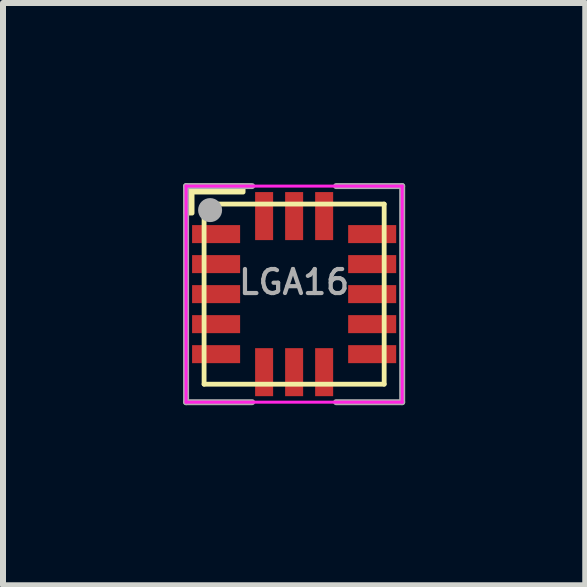
<source format=kicad_pcb>
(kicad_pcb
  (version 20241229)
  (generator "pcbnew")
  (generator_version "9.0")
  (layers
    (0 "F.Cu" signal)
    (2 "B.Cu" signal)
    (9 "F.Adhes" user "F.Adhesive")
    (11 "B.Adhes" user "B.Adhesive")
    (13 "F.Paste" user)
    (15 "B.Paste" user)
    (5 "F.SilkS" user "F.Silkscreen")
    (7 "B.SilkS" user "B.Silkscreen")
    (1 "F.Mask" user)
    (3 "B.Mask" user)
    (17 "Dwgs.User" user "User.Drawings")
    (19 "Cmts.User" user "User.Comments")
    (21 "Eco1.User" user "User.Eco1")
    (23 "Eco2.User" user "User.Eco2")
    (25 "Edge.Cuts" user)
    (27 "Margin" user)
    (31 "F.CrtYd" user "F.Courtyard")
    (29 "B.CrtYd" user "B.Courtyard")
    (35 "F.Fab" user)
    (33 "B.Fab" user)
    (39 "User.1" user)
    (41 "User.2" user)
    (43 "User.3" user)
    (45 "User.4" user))
  (footprint "LGA16"
    (layer "F.Cu")
    (at 1.85 1.85)
    (property "Reference" "LGA16" (at 0 -0.2 0) (layer "F.Fab") (effects (font (size 0.4 0.4) (thickness 0.07))))
    (attr smd)
    (fp_line (start -1.5 -1.5) (end 1.5 -1.5) (stroke (width 0.08) (type solid)) (layer "F.SilkS"))
    (fp_line (start -1.5 1.5) (end -1.5 -1.5) (stroke (width 0.08) (type solid)) (layer "F.SilkS"))
    (fp_line (start 1.5 -1.5) (end 1.5 1.5) (stroke (width 0.08) (type solid)) (layer "F.SilkS"))
    (fp_line (start 1.5 1.5) (end -1.5 1.5) (stroke (width 0.08) (type solid)) (layer "F.SilkS"))
    (fp_poly (pts (xy -0.85 -1.7) (xy -1.7 -1.7) (xy -1.7 -1.35) (xy -1.8 -1.35) (xy -1.8 -1.8) (xy -0.85 -1.8)) (stroke (width 0.08) (type solid)) (fill yes) (layer "F.SilkS"))
    (fp_line (start -1.8 -1.8) (end -1.8 1.8) (stroke (width 0.05) (type solid)) (layer "F.CrtYd"))
    (fp_line (start 1.8 -1.8) (end -1.8 -1.8) (stroke (width 0.05) (type solid)) (layer "F.CrtYd"))
    (fp_line (start 1.8 -1.8) (end 1.8 1.8) (stroke (width 0.05) (type solid)) (layer "F.CrtYd"))
    (fp_line (start 1.8 1.8) (end -1.8 1.8) (stroke (width 0.05) (type solid)) (layer "F.CrtYd"))
    (fp_line (start -1.8 -1.8) (end -1.8 1.8) (stroke (width 0.1) (type solid)) (layer "F.Fab"))
    (fp_line (start -0.7 -1.8) (end -1.8 -1.8) (stroke (width 0.1) (type solid)) (layer "F.Fab"))
    (fp_line (start -0.7 1.8) (end -1.8 1.8) (stroke (width 0.1) (type solid)) (layer "F.Fab"))
    (fp_line (start 1.8 -1.8) (end 0.7 -1.8) (stroke (width 0.1) (type solid)) (layer "F.Fab"))
    (fp_line (start 1.8 -1.8) (end 1.8 1.8) (stroke (width 0.1) (type solid)) (layer "F.Fab"))
    (fp_line (start 1.8 1.8) (end 0.7 1.8) (stroke (width 0.1) (type solid)) (layer "F.Fab"))
    (fp_circle (center -1.4 -1.4) (end -1.3 -1.4) (stroke (width 0.2) (type solid)) (fill no) (layer "F.Fab"))
    (pad "1" smd rect (at -1.3 -1 180) (size 0.8 0.3) (layers "F.Cu" "F.Mask" "F.Paste"))
    (pad "2" smd rect (at -1.3 -0.5 180) (size 0.8 0.3) (layers "F.Cu" "F.Mask" "F.Paste"))
    (pad "3" smd rect (at -1.3 0 180) (size 0.8 0.3) (layers "F.Cu" "F.Mask" "F.Paste"))
    (pad "4" smd rect (at -1.3 0.5 180) (size 0.8 0.3) (layers "F.Cu" "F.Mask" "F.Paste"))
    (pad "5" smd rect (at -1.3 1 180) (size 0.8 0.3) (layers "F.Cu" "F.Mask" "F.Paste"))
    (pad "6" smd rect (at -0.5 1.3 270) (size 0.8 0.3) (layers "F.Cu" "F.Mask" "F.Paste"))
    (pad "7" smd rect (at 0 1.3 270) (size 0.8 0.3) (layers "F.Cu" "F.Mask" "F.Paste"))
    (pad "8" smd rect (at 0.5 1.3 270) (size 0.8 0.3) (layers "F.Cu" "F.Mask" "F.Paste"))
    (pad "9" smd rect (at 1.3 1 180) (size 0.8 0.3) (layers "F.Cu" "F.Mask" "F.Paste"))
    (pad "10" smd rect (at 1.3 0.5 180) (size 0.8 0.3) (layers "F.Cu" "F.Mask" "F.Paste"))
    (pad "11" smd rect (at 1.3 0 180) (size 0.8 0.3) (layers "F.Cu" "F.Mask" "F.Paste"))
    (pad "12" smd rect (at 1.3 -0.5 180) (size 0.8 0.3) (layers "F.Cu" "F.Mask" "F.Paste"))
    (pad "13" smd rect (at 1.3 -1 180) (size 0.8 0.3) (layers "F.Cu" "F.Mask" "F.Paste"))
    (pad "14" smd rect (at 0.5 -1.3 270) (size 0.8 0.3) (layers "F.Cu" "F.Mask" "F.Paste"))
    (pad "15" smd rect (at 0 -1.3 270) (size 0.8 0.3) (layers "F.Cu" "F.Mask" "F.Paste"))
    (pad "16" smd rect (at -0.5 -1.3 270) (size 0.8 0.3) (layers "F.Cu" "F.Mask" "F.Paste")))
  (gr_rect
    (start -3 -3)
    (end 6.7 6.7)
    (stroke (width 0.1) (type default))
    (fill no)
    (layer "Edge.Cuts")))
</source>
